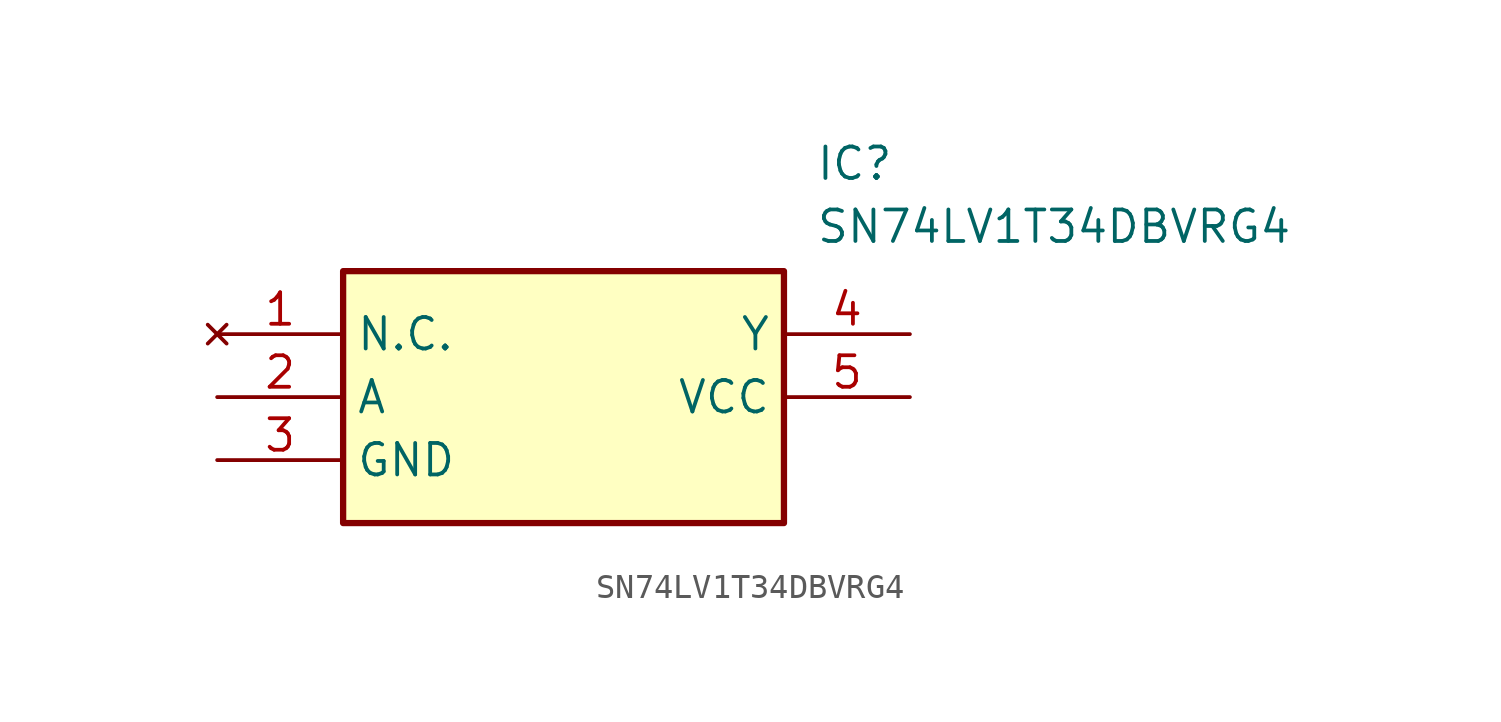
<source format=kicad_sym>
(kicad_symbol_lib
  (version 20211014)
  (generator SamacSys_ECAD_Model)
  (symbol "SN74LV1T34DBVRG4"
    (property "Reference" "IC"
      (at 24.13 7.62 0)
      (effects (font (size 1.27 1.27)) (justify left top)))
    (property "Value" "SN74LV1T34DBVRG4"
      (at 24.13 5.08 0)
      (effects (font (size 1.27 1.27)) (justify left top)))
    (rectangle
      (start 5.08 2.54)
      (end 22.86 -7.62)
      (stroke (width 0.254) (type default))
      (fill (type background)))
    (pin no_connect line
      (at 0 0 0)
      (length 5.08)
      (name "N.C." (effects (font (size 1.27 1.27))))
      (number "1" (effects (font (size 1.27 1.27)))))
    (pin passive line
      (at 0 -2.54 0)
      (length 5.08)
      (name "A" (effects (font (size 1.27 1.27))))
      (number "2" (effects (font (size 1.27 1.27)))))
    (pin passive line
      (at 0 -5.08 0)
      (length 5.08)
      (name "GND" (effects (font (size 1.27 1.27))))
      (number "3" (effects (font (size 1.27 1.27)))))
    (pin passive line
      (at 27.94 0 180)
      (length 5.08)
      (name "Y" (effects (font (size 1.27 1.27))))
      (number "4" (effects (font (size 1.27 1.27)))))
    (pin passive line
      (at 27.94 -2.54 180)
      (length 5.08)
      (name "VCC" (effects (font (size 1.27 1.27))))
      (number "5" (effects (font (size 1.27 1.27)))))))
</source>
